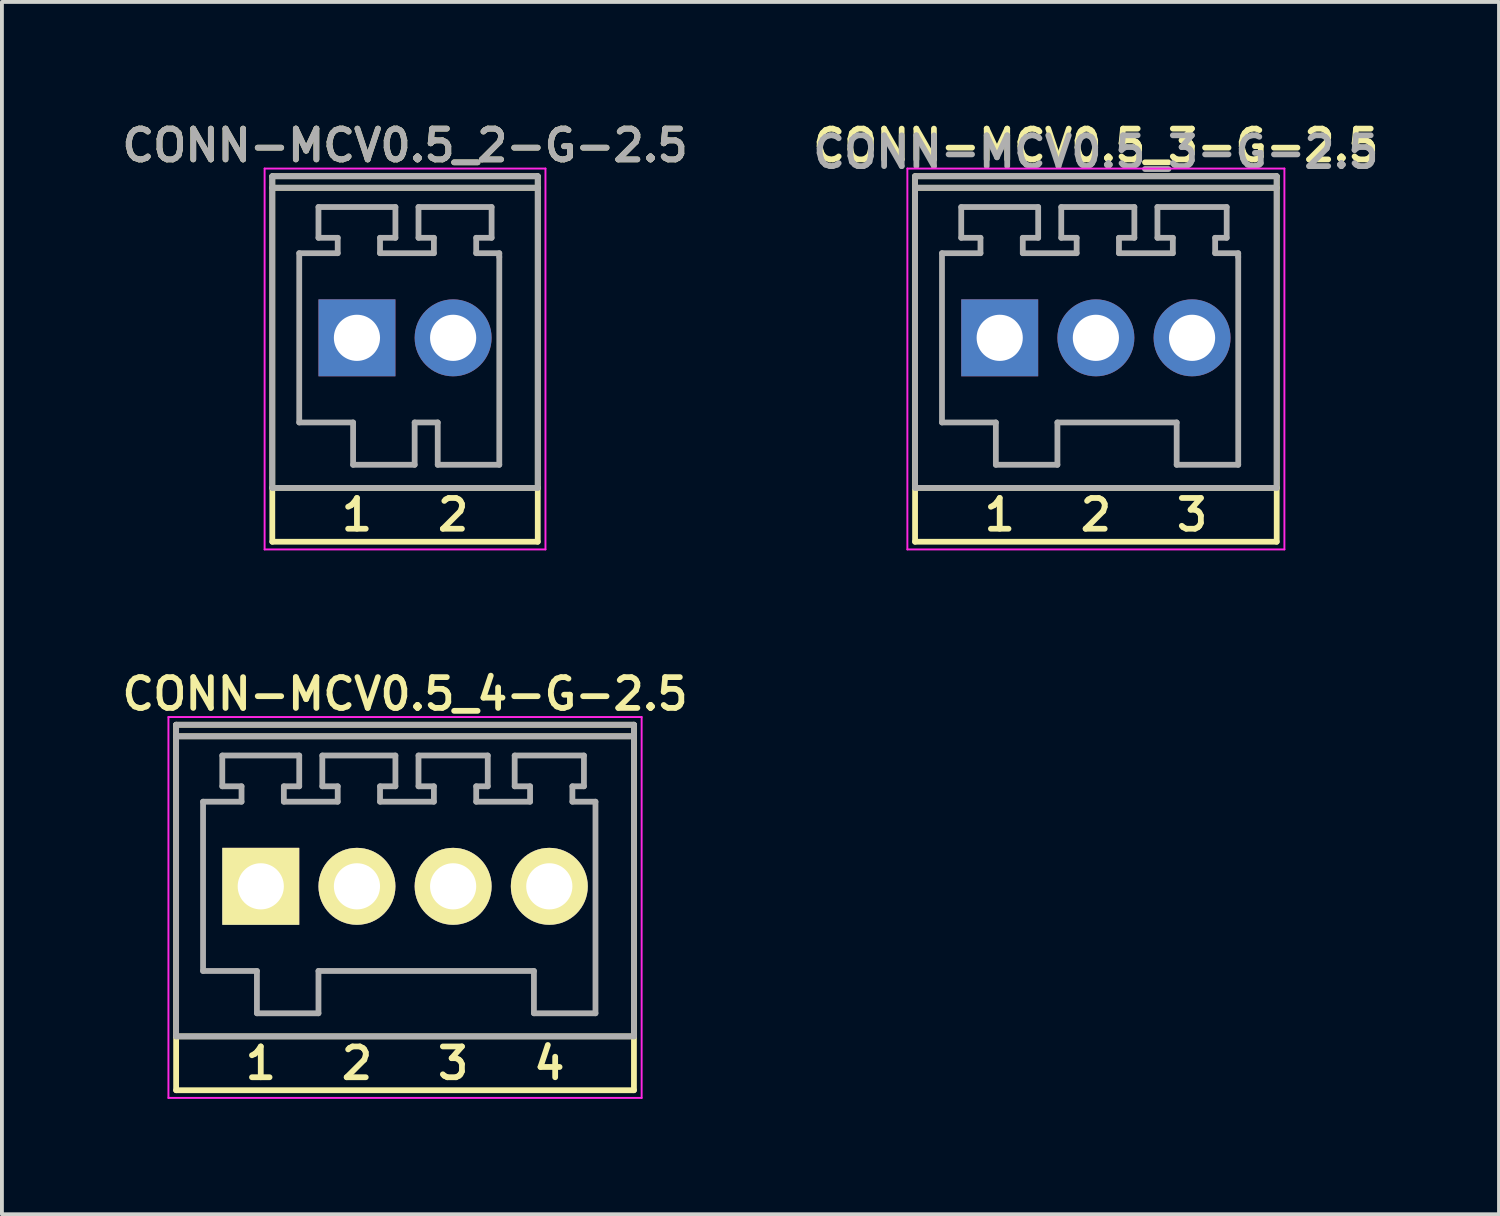
<source format=kicad_pcb>
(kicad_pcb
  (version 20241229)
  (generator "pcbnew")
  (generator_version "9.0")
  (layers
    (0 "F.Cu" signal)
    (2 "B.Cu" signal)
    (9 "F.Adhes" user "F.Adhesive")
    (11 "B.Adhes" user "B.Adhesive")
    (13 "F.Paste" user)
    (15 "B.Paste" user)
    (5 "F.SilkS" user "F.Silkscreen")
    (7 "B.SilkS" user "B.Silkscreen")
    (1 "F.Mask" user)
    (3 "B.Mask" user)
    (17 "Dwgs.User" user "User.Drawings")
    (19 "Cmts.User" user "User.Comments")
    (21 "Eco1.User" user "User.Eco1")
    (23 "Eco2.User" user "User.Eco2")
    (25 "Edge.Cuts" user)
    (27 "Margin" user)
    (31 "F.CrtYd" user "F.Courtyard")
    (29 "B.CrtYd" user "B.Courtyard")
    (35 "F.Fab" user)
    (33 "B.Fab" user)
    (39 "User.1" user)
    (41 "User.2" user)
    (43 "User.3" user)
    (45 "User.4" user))
  (footprint "CONN-MCV0.5_4-G-2.5"
    (layer "F.Cu")
    (at 7.478 19.988)
    (property "Reference" "CONN-MCV0.5_4-G-2.5" (at 0 -5 0) (layer "F.SilkS") (effects (font (size 0.8 0.8) (thickness 0.15))))
    (attr through_hole)
    (fp_line (start -5.95 -4.2) (end -5.95 3.9) (stroke (width 0.15) (type solid)) (layer "F.SilkS"))
    (fp_line (start -5.95 -3.9) (end 5.95 -3.9) (stroke (width 0.15) (type solid)) (layer "F.SilkS"))
    (fp_line (start -5.95 3.9) (end -5.95 5.3) (stroke (width 0.15) (type solid)) (layer "F.SilkS"))
    (fp_line (start -5.95 3.9) (end 5.95 3.9) (stroke (width 0.15) (type solid)) (layer "F.SilkS"))
    (fp_line (start -5.95 5.3) (end 5.95 5.3) (stroke (width 0.15) (type solid)) (layer "F.SilkS"))
    (fp_line (start 5.95 -4.2) (end -5.95 -4.2) (stroke (width 0.15) (type solid)) (layer "F.SilkS"))
    (fp_line (start 5.95 3.9) (end 5.95 -4.2) (stroke (width 0.15) (type solid)) (layer "F.SilkS"))
    (fp_line (start 5.95 5.3) (end 5.95 3.9) (stroke (width 0.15) (type solid)) (layer "F.SilkS"))
    (fp_line (start -6.15 -4.4) (end 6.15 -4.4) (stroke (width 0.05) (type solid)) (layer "F.CrtYd"))
    (fp_line (start -6.15 5.5) (end -6.15 -4.4) (stroke (width 0.05) (type solid)) (layer "F.CrtYd"))
    (fp_line (start 6.15 -4.4) (end 6.15 5.5) (stroke (width 0.05) (type solid)) (layer "F.CrtYd"))
    (fp_line (start 6.15 5.5) (end -6.15 5.5) (stroke (width 0.05) (type solid)) (layer "F.CrtYd"))
    (fp_line (start -5.95 -4.2) (end -5.95 3.9) (stroke (width 0.15) (type solid)) (layer "F.Fab"))
    (fp_line (start -5.95 -3.9) (end 5.95 -3.9) (stroke (width 0.15) (type solid)) (layer "F.Fab"))
    (fp_line (start -5.95 3.9) (end 5.95 3.9) (stroke (width 0.15) (type solid)) (layer "F.Fab"))
    (fp_line (start -5.25 -2.2) (end -4.25 -2.2) (stroke (width 0.15) (type solid)) (layer "F.Fab"))
    (fp_line (start -5.25 2.2) (end -5.25 -2.2) (stroke (width 0.15) (type solid)) (layer "F.Fab"))
    (fp_line (start -4.75 -3.4) (end -2.75 -3.4) (stroke (width 0.15) (type solid)) (layer "F.Fab"))
    (fp_line (start -4.75 -2.6) (end -4.75 -3.4) (stroke (width 0.15) (type solid)) (layer "F.Fab"))
    (fp_line (start -4.25 -2.6) (end -4.75 -2.6) (stroke (width 0.15) (type solid)) (layer "F.Fab"))
    (fp_line (start -4.25 -2.2) (end -4.25 -2.6) (stroke (width 0.15) (type solid)) (layer "F.Fab"))
    (fp_line (start -3.85 2.2) (end -5.25 2.2) (stroke (width 0.15) (type solid)) (layer "F.Fab"))
    (fp_line (start -3.85 3.3) (end -3.85 2.2) (stroke (width 0.15) (type solid)) (layer "F.Fab"))
    (fp_line (start -3.15 -2.6) (end -3.15 -2.2) (stroke (width 0.15) (type solid)) (layer "F.Fab"))
    (fp_line (start -3.15 -2.2) (end -1.75 -2.2) (stroke (width 0.15) (type solid)) (layer "F.Fab"))
    (fp_line (start -2.75 -3.4) (end -2.75 -2.6) (stroke (width 0.15) (type solid)) (layer "F.Fab"))
    (fp_line (start -2.75 -2.6) (end -3.15 -2.6) (stroke (width 0.15) (type solid)) (layer "F.Fab"))
    (fp_line (start -2.25 2.2) (end -2.25 3.3) (stroke (width 0.15) (type solid)) (layer "F.Fab"))
    (fp_line (start -2.25 2.2) (end 3.35 2.2) (stroke (width 0.15) (type solid)) (layer "F.Fab"))
    (fp_line (start -2.25 3.3) (end -3.85 3.3) (stroke (width 0.15) (type solid)) (layer "F.Fab"))
    (fp_line (start -2.15 -3.4) (end -0.25 -3.4) (stroke (width 0.15) (type solid)) (layer "F.Fab"))
    (fp_line (start -2.15 -2.6) (end -2.15 -3.4) (stroke (width 0.15) (type solid)) (layer "F.Fab"))
    (fp_line (start -1.75 -2.6) (end -2.15 -2.6) (stroke (width 0.15) (type solid)) (layer "F.Fab"))
    (fp_line (start -1.75 -2.2) (end -1.75 -2.6) (stroke (width 0.15) (type solid)) (layer "F.Fab"))
    (fp_line (start -0.65 -2.6) (end -0.65 -2.2) (stroke (width 0.15) (type solid)) (layer "F.Fab"))
    (fp_line (start -0.65 -2.2) (end 0.75 -2.2) (stroke (width 0.15) (type solid)) (layer "F.Fab"))
    (fp_line (start -0.25 -3.4) (end -0.25 -2.6) (stroke (width 0.15) (type solid)) (layer "F.Fab"))
    (fp_line (start -0.25 -2.6) (end -0.65 -2.6) (stroke (width 0.15) (type solid)) (layer "F.Fab"))
    (fp_line (start 0.35 -3.4) (end 2.15 -3.4) (stroke (width 0.15) (type solid)) (layer "F.Fab"))
    (fp_line (start 0.35 -2.6) (end 0.35 -3.4) (stroke (width 0.15) (type solid)) (layer "F.Fab"))
    (fp_line (start 0.75 -2.6) (end 0.35 -2.6) (stroke (width 0.15) (type solid)) (layer "F.Fab"))
    (fp_line (start 0.75 -2.2) (end 0.75 -2.6) (stroke (width 0.15) (type solid)) (layer "F.Fab"))
    (fp_line (start 1.85 -2.6) (end 2.15 -2.6) (stroke (width 0.15) (type solid)) (layer "F.Fab"))
    (fp_line (start 1.85 -2.2) (end 1.85 -2.6) (stroke (width 0.15) (type solid)) (layer "F.Fab"))
    (fp_line (start 1.85 -2.2) (end 3.25 -2.2) (stroke (width 0.15) (type solid)) (layer "F.Fab"))
    (fp_line (start 2.15 -2.6) (end 2.15 -3.4) (stroke (width 0.15) (type solid)) (layer "F.Fab"))
    (fp_line (start 2.85 -3.4) (end 4.65 -3.4) (stroke (width 0.15) (type solid)) (layer "F.Fab"))
    (fp_line (start 2.85 -2.6) (end 2.85 -3.4) (stroke (width 0.15) (type solid)) (layer "F.Fab"))
    (fp_line (start 3.25 -2.6) (end 2.85 -2.6) (stroke (width 0.15) (type solid)) (layer "F.Fab"))
    (fp_line (start 3.25 -2.2) (end 3.25 -2.6) (stroke (width 0.15) (type solid)) (layer "F.Fab"))
    (fp_line (start 3.35 3.3) (end 3.35 2.2) (stroke (width 0.15) (type solid)) (layer "F.Fab"))
    (fp_line (start 4.35 -2.6) (end 4.65 -2.6) (stroke (width 0.15) (type solid)) (layer "F.Fab"))
    (fp_line (start 4.35 -2.2) (end 4.35 -2.6) (stroke (width 0.15) (type solid)) (layer "F.Fab"))
    (fp_line (start 4.65 -2.6) (end 4.65 -3.4) (stroke (width 0.15) (type solid)) (layer "F.Fab"))
    (fp_line (start 4.95 -2.2) (end 4.35 -2.2) (stroke (width 0.15) (type solid)) (layer "F.Fab"))
    (fp_line (start 4.95 -2.2) (end 4.95 3.3) (stroke (width 0.15) (type solid)) (layer "F.Fab"))
    (fp_line (start 4.95 3.3) (end 3.35 3.3) (stroke (width 0.15) (type solid)) (layer "F.Fab"))
    (fp_line (start 5.95 -4.2) (end -5.95 -4.2) (stroke (width 0.15) (type solid)) (layer "F.Fab"))
    (fp_line (start 5.95 3.9) (end 5.95 -4.2) (stroke (width 0.15) (type solid)) (layer "F.Fab"))
    (fp_text user "2" (at -1.25 4.6 0) (layer "F.SilkS") (effects (font (size 0.8 0.8) (thickness 0.15))))
    (fp_text user "3" (at 1.25 4.6 0) (layer "F.SilkS") (effects (font (size 0.8 0.8) (thickness 0.15))))
    (fp_text user "4" (at 3.75 4.6 0) (layer "F.SilkS") (effects (font (size 0.8 0.8) (thickness 0.15))))
    (fp_text user "1" (at -3.75 4.6 0) (layer "F.SilkS") (effects (font (size 0.8 0.8) (thickness 0.15))))
    (pad "1" thru_hole rect (at -3.75 0) (size 2 2) (drill 1.2) (layers "*.Cu" "*.Mask" "F.SilkS"))
    (pad "2" thru_hole circle (at -1.25 0) (size 2 2) (drill 1.2) (layers "*.Cu" "*.Mask" "F.SilkS"))
    (pad "3" thru_hole circle (at 1.25 0) (size 2 2) (drill 1.2) (layers "*.Cu" "*.Mask" "F.SilkS"))
    (pad "4" thru_hole circle (at 3.75 0) (size 2 2) (drill 1.2) (layers "*.Cu" "*.Mask" "F.SilkS")))
  (footprint "CONN-MCV0.5_3-G-2.5"
    (layer "F.Cu")
    (at 25.435 5.731)
    (property "Reference" "CONN-MCV0.5_3-G-2.5" (at 0 -5 0) (layer "F.SilkS") (effects (font (size 0.8 0.8) (thickness 0.15))))
    (attr through_hole)
    (fp_line (start -4.7 -4.2) (end -4.7 3.9) (stroke (width 0.15) (type solid)) (layer "F.SilkS"))
    (fp_line (start -4.7 -3.9) (end 4.7 -3.9) (stroke (width 0.15) (type solid)) (layer "F.SilkS"))
    (fp_line (start -4.7 3.9) (end -4.7 5.3) (stroke (width 0.15) (type solid)) (layer "F.SilkS"))
    (fp_line (start -4.7 3.9) (end 4.7 3.9) (stroke (width 0.15) (type solid)) (layer "F.SilkS"))
    (fp_line (start -4.7 5.3) (end 4.7 5.3) (stroke (width 0.15) (type solid)) (layer "F.SilkS"))
    (fp_line (start 4.7 -4.2) (end -4.7 -4.2) (stroke (width 0.15) (type solid)) (layer "F.SilkS"))
    (fp_line (start 4.7 3.9) (end 4.7 -4.2) (stroke (width 0.15) (type solid)) (layer "F.SilkS"))
    (fp_line (start 4.7 5.3) (end 4.7 3.9) (stroke (width 0.15) (type solid)) (layer "F.SilkS"))
    (fp_line (start -4.9 -4.4) (end 4.9 -4.4) (stroke (width 0.05) (type solid)) (layer "F.CrtYd"))
    (fp_line (start -4.9 5.5) (end -4.9 -4.4) (stroke (width 0.05) (type solid)) (layer "F.CrtYd"))
    (fp_line (start 4.9 -4.4) (end 4.9 5.5) (stroke (width 0.05) (type solid)) (layer "F.CrtYd"))
    (fp_line (start 4.9 5.5) (end -4.9 5.5) (stroke (width 0.05) (type solid)) (layer "F.CrtYd"))
    (fp_line (start -4.7 -4.2) (end -4.7 3.9) (stroke (width 0.15) (type solid)) (layer "F.Fab"))
    (fp_line (start -4.7 -3.9) (end 4.7 -3.9) (stroke (width 0.15) (type solid)) (layer "F.Fab"))
    (fp_line (start -4.7 3.9) (end 4.7 3.9) (stroke (width 0.15) (type solid)) (layer "F.Fab"))
    (fp_line (start -4 -2.2) (end -3 -2.2) (stroke (width 0.15) (type solid)) (layer "F.Fab"))
    (fp_line (start -4 2.2) (end -4 -2.2) (stroke (width 0.15) (type solid)) (layer "F.Fab"))
    (fp_line (start -3.5 -3.4) (end -1.5 -3.4) (stroke (width 0.15) (type solid)) (layer "F.Fab"))
    (fp_line (start -3.5 -2.6) (end -3.5 -3.4) (stroke (width 0.15) (type solid)) (layer "F.Fab"))
    (fp_line (start -3 -2.6) (end -3.5 -2.6) (stroke (width 0.15) (type solid)) (layer "F.Fab"))
    (fp_line (start -3 -2.2) (end -3 -2.6) (stroke (width 0.15) (type solid)) (layer "F.Fab"))
    (fp_line (start -2.6 2.2) (end -4 2.2) (stroke (width 0.15) (type solid)) (layer "F.Fab"))
    (fp_line (start -2.6 3.3) (end -2.6 2.2) (stroke (width 0.15) (type solid)) (layer "F.Fab"))
    (fp_line (start -1.9 -2.6) (end -1.9 -2.2) (stroke (width 0.15) (type solid)) (layer "F.Fab"))
    (fp_line (start -1.9 -2.2) (end -0.5 -2.2) (stroke (width 0.15) (type solid)) (layer "F.Fab"))
    (fp_line (start -1.5 -3.4) (end -1.5 -2.6) (stroke (width 0.15) (type solid)) (layer "F.Fab"))
    (fp_line (start -1.5 -2.6) (end -1.9 -2.6) (stroke (width 0.15) (type solid)) (layer "F.Fab"))
    (fp_line (start -1 2.2) (end -1 3.3) (stroke (width 0.15) (type solid)) (layer "F.Fab"))
    (fp_line (start -1 2.2) (end 2.1 2.2) (stroke (width 0.15) (type solid)) (layer "F.Fab"))
    (fp_line (start -1 3.3) (end -2.6 3.3) (stroke (width 0.15) (type solid)) (layer "F.Fab"))
    (fp_line (start -0.9 -3.4) (end 1 -3.4) (stroke (width 0.15) (type solid)) (layer "F.Fab"))
    (fp_line (start -0.9 -2.6) (end -0.9 -3.4) (stroke (width 0.15) (type solid)) (layer "F.Fab"))
    (fp_line (start -0.5 -2.6) (end -0.9 -2.6) (stroke (width 0.15) (type solid)) (layer "F.Fab"))
    (fp_line (start -0.5 -2.2) (end -0.5 -2.6) (stroke (width 0.15) (type solid)) (layer "F.Fab"))
    (fp_line (start 0.6 -2.6) (end 0.6 -2.2) (stroke (width 0.15) (type solid)) (layer "F.Fab"))
    (fp_line (start 0.6 -2.2) (end 2 -2.2) (stroke (width 0.15) (type solid)) (layer "F.Fab"))
    (fp_line (start 1 -3.4) (end 1 -2.6) (stroke (width 0.15) (type solid)) (layer "F.Fab"))
    (fp_line (start 1 -2.6) (end 0.6 -2.6) (stroke (width 0.15) (type solid)) (layer "F.Fab"))
    (fp_line (start 1.6 -3.4) (end 3.4 -3.4) (stroke (width 0.15) (type solid)) (layer "F.Fab"))
    (fp_line (start 1.6 -2.6) (end 1.6 -3.4) (stroke (width 0.15) (type solid)) (layer "F.Fab"))
    (fp_line (start 2 -2.6) (end 1.6 -2.6) (stroke (width 0.15) (type solid)) (layer "F.Fab"))
    (fp_line (start 2 -2.2) (end 2 -2.6) (stroke (width 0.15) (type solid)) (layer "F.Fab"))
    (fp_line (start 2.1 3.3) (end 2.1 2.2) (stroke (width 0.15) (type solid)) (layer "F.Fab"))
    (fp_line (start 3.1 -2.6) (end 3.4 -2.6) (stroke (width 0.15) (type solid)) (layer "F.Fab"))
    (fp_line (start 3.1 -2.2) (end 3.1 -2.6) (stroke (width 0.15) (type solid)) (layer "F.Fab"))
    (fp_line (start 3.4 -2.6) (end 3.4 -3.4) (stroke (width 0.15) (type solid)) (layer "F.Fab"))
    (fp_line (start 3.7 -2.2) (end 3.1 -2.2) (stroke (width 0.15) (type solid)) (layer "F.Fab"))
    (fp_line (start 3.7 -2.1) (end 3.7 -2.2) (stroke (width 0.15) (type solid)) (layer "F.Fab"))
    (fp_line (start 3.7 -2.1) (end 3.7 3.3) (stroke (width 0.15) (type solid)) (layer "F.Fab"))
    (fp_line (start 3.7 3.3) (end 2.1 3.3) (stroke (width 0.15) (type solid)) (layer "F.Fab"))
    (fp_line (start 4.7 -4.2) (end -4.7 -4.2) (stroke (width 0.15) (type solid)) (layer "F.Fab"))
    (fp_line (start 4.7 3.9) (end 4.7 -4.2) (stroke (width 0.15) (type solid)) (layer "F.Fab"))
    (fp_text user "2" (at 0 4.6 0) (layer "F.SilkS") (effects (font (size 0.8 0.8) (thickness 0.15))))
    (fp_text user "3" (at 2.5 4.6 0) (layer "F.SilkS") (effects (font (size 0.8 0.8) (thickness 0.15))))
    (fp_text user "1" (at -2.5 4.6 0) (layer "F.SilkS") (effects (font (size 0.8 0.8) (thickness 0.15))))
    (fp_text user "${REFERENCE}" (at 0 -4.826 0) (layer "F.Fab") (effects (font (size 0.8 0.8) (thickness 0.15))))
    (pad "1" thru_hole rect (at -2.5 0) (size 2 2) (drill 1.2) (layers "*.Cu" "*.Mask"))
    (pad "2" thru_hole circle (at 0 0) (size 2 2) (drill 1.2) (layers "*.Cu" "*.Mask"))
    (pad "3" thru_hole circle (at 2.5 0) (size 2 2) (drill 1.2) (layers "*.Cu" "*.Mask")))
  (footprint "CONN-MCV0.5_2-G-2.5"
    (layer "F.Cu")
    (at 7.478 5.731)
    (property "Reference" "CONN-MCV0.5_2-G-2.5" (at 0 -5 0) (layer "F.SilkS") (effects (font (size 0.8 0.8) (thickness 0.15))))
    (attr through_hole)
    (fp_line (start -3.45 -4.2) (end -3.45 3.9) (stroke (width 0.15) (type solid)) (layer "F.SilkS"))
    (fp_line (start -3.45 -3.9) (end 3.45 -3.9) (stroke (width 0.15) (type solid)) (layer "F.SilkS"))
    (fp_line (start -3.45 3.9) (end -3.45 5.3) (stroke (width 0.15) (type solid)) (layer "F.SilkS"))
    (fp_line (start -3.45 3.9) (end 3.45 3.9) (stroke (width 0.15) (type solid)) (layer "F.SilkS"))
    (fp_line (start -3.45 5.3) (end 3.45 5.3) (stroke (width 0.15) (type solid)) (layer "F.SilkS"))
    (fp_line (start 3.45 -4.2) (end -3.45 -4.2) (stroke (width 0.15) (type solid)) (layer "F.SilkS"))
    (fp_line (start 3.45 3.9) (end 3.45 -4.2) (stroke (width 0.15) (type solid)) (layer "F.SilkS"))
    (fp_line (start 3.45 5.3) (end 3.45 3.9) (stroke (width 0.15) (type solid)) (layer "F.SilkS"))
    (fp_line (start -3.65 -4.4) (end 3.65 -4.4) (stroke (width 0.05) (type solid)) (layer "F.CrtYd"))
    (fp_line (start -3.65 5.5) (end -3.65 -4.4) (stroke (width 0.05) (type solid)) (layer "F.CrtYd"))
    (fp_line (start 3.65 -4.4) (end 3.65 5.5) (stroke (width 0.05) (type solid)) (layer "F.CrtYd"))
    (fp_line (start 3.65 5.5) (end -3.65 5.5) (stroke (width 0.05) (type solid)) (layer "F.CrtYd"))
    (fp_line (start -3.45 -4.2) (end -3.45 3.9) (stroke (width 0.15) (type solid)) (layer "F.Fab"))
    (fp_line (start -3.45 -3.9) (end 3.45 -3.9) (stroke (width 0.15) (type solid)) (layer "F.Fab"))
    (fp_line (start -3.45 3.9) (end 3.45 3.9) (stroke (width 0.15) (type solid)) (layer "F.Fab"))
    (fp_line (start -2.75 -2.2) (end -1.75 -2.2) (stroke (width 0.15) (type solid)) (layer "F.Fab"))
    (fp_line (start -2.75 2.2) (end -2.75 -2.2) (stroke (width 0.15) (type solid)) (layer "F.Fab"))
    (fp_line (start -2.25 -3.4) (end -0.25 -3.4) (stroke (width 0.15) (type solid)) (layer "F.Fab"))
    (fp_line (start -2.25 -2.6) (end -2.25 -3.4) (stroke (width 0.15) (type solid)) (layer "F.Fab"))
    (fp_line (start -1.75 -2.6) (end -2.25 -2.6) (stroke (width 0.15) (type solid)) (layer "F.Fab"))
    (fp_line (start -1.75 -2.2) (end -1.75 -2.6) (stroke (width 0.15) (type solid)) (layer "F.Fab"))
    (fp_line (start -1.35 2.2) (end -2.75 2.2) (stroke (width 0.15) (type solid)) (layer "F.Fab"))
    (fp_line (start -1.35 3.3) (end -1.35 2.2) (stroke (width 0.15) (type solid)) (layer "F.Fab"))
    (fp_line (start -0.65 -2.6) (end -0.65 -2.2) (stroke (width 0.15) (type solid)) (layer "F.Fab"))
    (fp_line (start -0.65 -2.2) (end 0.75 -2.2) (stroke (width 0.15) (type solid)) (layer "F.Fab"))
    (fp_line (start -0.25 -3.4) (end -0.25 -2.6) (stroke (width 0.15) (type solid)) (layer "F.Fab"))
    (fp_line (start -0.25 -2.6) (end -0.65 -2.6) (stroke (width 0.15) (type solid)) (layer "F.Fab"))
    (fp_line (start 0.25 2.2) (end 0.25 3.3) (stroke (width 0.15) (type solid)) (layer "F.Fab"))
    (fp_line (start 0.25 2.2) (end 0.85 2.2) (stroke (width 0.15) (type solid)) (layer "F.Fab"))
    (fp_line (start 0.25 3.3) (end -1.35 3.3) (stroke (width 0.15) (type solid)) (layer "F.Fab"))
    (fp_line (start 0.35 -3.4) (end 2.25 -3.4) (stroke (width 0.15) (type solid)) (layer "F.Fab"))
    (fp_line (start 0.35 -2.6) (end 0.35 -3.4) (stroke (width 0.15) (type solid)) (layer "F.Fab"))
    (fp_line (start 0.75 -2.6) (end 0.35 -2.6) (stroke (width 0.15) (type solid)) (layer "F.Fab"))
    (fp_line (start 0.75 -2.2) (end 0.75 -2.6) (stroke (width 0.15) (type solid)) (layer "F.Fab"))
    (fp_line (start 0.85 3.3) (end 0.85 2.2) (stroke (width 0.15) (type solid)) (layer "F.Fab"))
    (fp_line (start 1.85 -2.6) (end 1.85 -2.2) (stroke (width 0.15) (type solid)) (layer "F.Fab"))
    (fp_line (start 2.25 -3.4) (end 2.25 -2.6) (stroke (width 0.15) (type solid)) (layer "F.Fab"))
    (fp_line (start 2.25 -2.6) (end 1.85 -2.6) (stroke (width 0.15) (type solid)) (layer "F.Fab"))
    (fp_line (start 2.45 -2.2) (end 1.85 -2.2) (stroke (width 0.15) (type solid)) (layer "F.Fab"))
    (fp_line (start 2.45 -2.1) (end 2.45 -2.2) (stroke (width 0.15) (type solid)) (layer "F.Fab"))
    (fp_line (start 2.45 -2.1) (end 2.45 3.3) (stroke (width 0.15) (type solid)) (layer "F.Fab"))
    (fp_line (start 2.45 3.3) (end 0.85 3.3) (stroke (width 0.15) (type solid)) (layer "F.Fab"))
    (fp_line (start 3.45 -4.2) (end -3.45 -4.2) (stroke (width 0.15) (type solid)) (layer "F.Fab"))
    (fp_line (start 3.45 3.9) (end 3.45 -4.2) (stroke (width 0.15) (type solid)) (layer "F.Fab"))
    (fp_text user "2" (at 1.25 4.6 0) (layer "F.SilkS") (effects (font (size 0.8 0.8) (thickness 0.15))))
    (fp_text user "1" (at -1.25 4.6 0) (layer "F.SilkS") (effects (font (size 0.8 0.8) (thickness 0.15))))
    (fp_text user "${REFERENCE}" (at 0 -5 0) (layer "F.Fab") (effects (font (size 0.8 0.8) (thickness 0.15))))
    (pad "1" thru_hole rect (at -1.25 0) (size 2 2) (drill 1.2) (layers "*.Cu" "*.Mask"))
    (pad "2" thru_hole circle (at 1.25 0) (size 2 2) (drill 1.2) (layers "*.Cu" "*.Mask")))
  (gr_rect
    (start -3 -3)
    (end 35.913 28.512)
    (stroke (width 0.1) (type default))
    (fill no)
    (layer "Edge.Cuts")))
</source>
